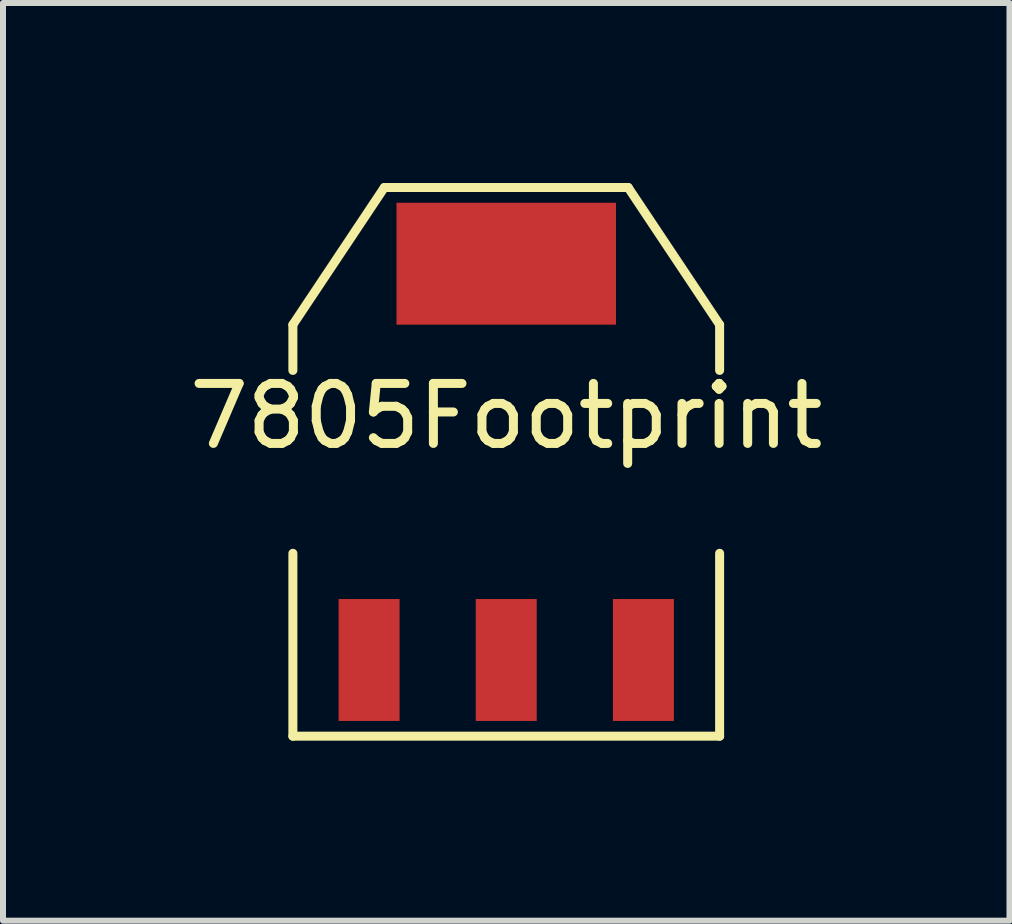
<source format=kicad_pcb>
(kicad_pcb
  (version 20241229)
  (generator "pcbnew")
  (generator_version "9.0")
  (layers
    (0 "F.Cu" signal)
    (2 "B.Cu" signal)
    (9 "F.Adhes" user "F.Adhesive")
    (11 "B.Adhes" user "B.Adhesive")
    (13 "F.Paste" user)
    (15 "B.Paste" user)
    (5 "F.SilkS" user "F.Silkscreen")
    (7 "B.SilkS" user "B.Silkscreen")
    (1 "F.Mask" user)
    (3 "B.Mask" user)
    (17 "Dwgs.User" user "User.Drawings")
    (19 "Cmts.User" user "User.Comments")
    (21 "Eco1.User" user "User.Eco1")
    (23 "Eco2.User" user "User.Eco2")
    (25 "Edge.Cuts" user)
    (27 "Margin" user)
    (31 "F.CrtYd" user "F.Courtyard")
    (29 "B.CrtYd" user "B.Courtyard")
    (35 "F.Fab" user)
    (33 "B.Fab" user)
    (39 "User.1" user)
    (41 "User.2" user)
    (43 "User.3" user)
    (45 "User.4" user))
  (footprint "7805Footprint"
    (layer "F.Cu")
    (at 5.387 4.647)
    (property "Reference" "7805Footprint" (at 0 -0.762 0) (layer "F.SilkS") (effects (font (size 1 1) (thickness 0.15))))
    (attr smd)
    (fp_line (start -3.556 -2.286) (end -2.032 -4.572) (stroke (width 0.15) (type solid)) (layer "F.SilkS"))
    (fp_line (start -3.556 -1.524) (end -3.556 -2.286) (stroke (width 0.15) (type solid)) (layer "F.SilkS"))
    (fp_line (start -3.556 1.524) (end -3.556 4.572) (stroke (width 0.15) (type solid)) (layer "F.SilkS"))
    (fp_line (start -3.556 4.572) (end 3.556 4.572) (stroke (width 0.15) (type solid)) (layer "F.SilkS"))
    (fp_line (start -2.032 -4.572) (end 2.032 -4.572) (stroke (width 0.15) (type solid)) (layer "F.SilkS"))
    (fp_line (start 2.032 -4.572) (end 3.556 -2.286) (stroke (width 0.15) (type solid)) (layer "F.SilkS"))
    (fp_line (start 3.556 -2.286) (end 3.556 -1.524) (stroke (width 0.15) (type solid)) (layer "F.SilkS"))
    (fp_line (start 3.556 4.572) (end 3.556 1.524) (stroke (width 0.15) (type solid)) (layer "F.SilkS"))
    (pad "1" smd rect (at -2.286 3.302) (size 1.016 2.032) (layers "F.Cu" "F.Mask" "F.Paste"))
    (pad "2" smd rect (at 0 -3.302) (size 3.658 2.032) (layers "F.Cu" "F.Mask" "F.Paste"))
    (pad "2" smd rect (at 0 3.302) (size 1.016 2.032) (layers "F.Cu" "F.Mask" "F.Paste"))
    (pad "3" smd rect (at 2.286 3.302) (size 1.016 2.032) (layers "F.Cu" "F.Mask" "F.Paste")))
  (gr_rect
    (start -3 -3)
    (end 13.774 12.294)
    (stroke (width 0.1) (type default))
    (fill no)
    (layer "Edge.Cuts")))
</source>
